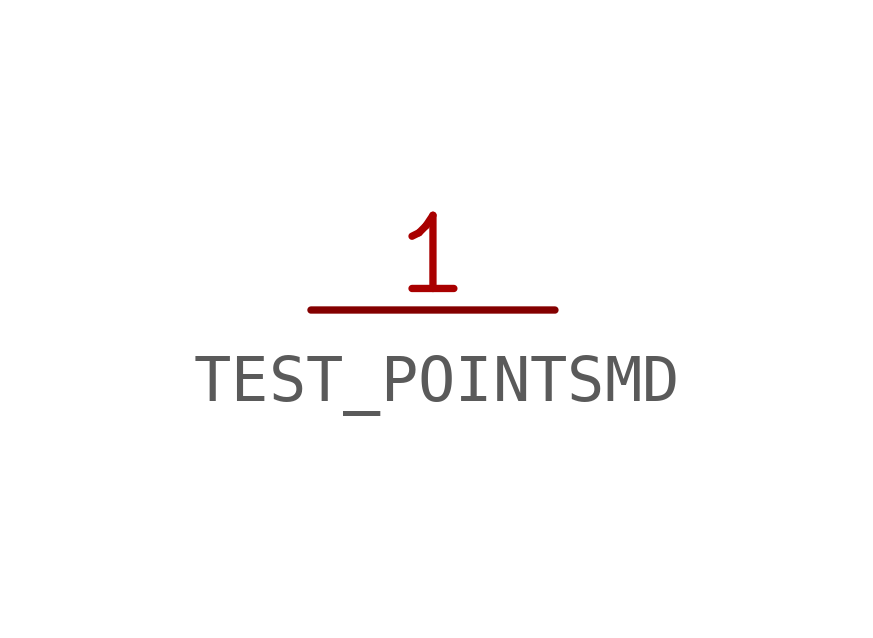
<source format=kicad_sym>
(kicad_symbol_lib
  (version 20241209)
  (generator "kicad_symbol_editor")
  (generator_version "9.0")
  (symbol "TEST_POINTSMD"
    (property "Reference" "TP"
      (at 0 0 0)
      (effects (font (size 1.27 1.27)) (hide yes)))
    (property "ki_locked" ""
      (at 0 0 0)
      (effects (font (size 1.27 1.27))))
    (symbol "TEST_POINTSMD_1_0"
      (pin bidirectional line (at -5.08 0 0) (length 5.08) (name ">NAME" (effects (font (size 0 0)))) (number "1" (effects (font (size 1.524 1.524))))))))
</source>
